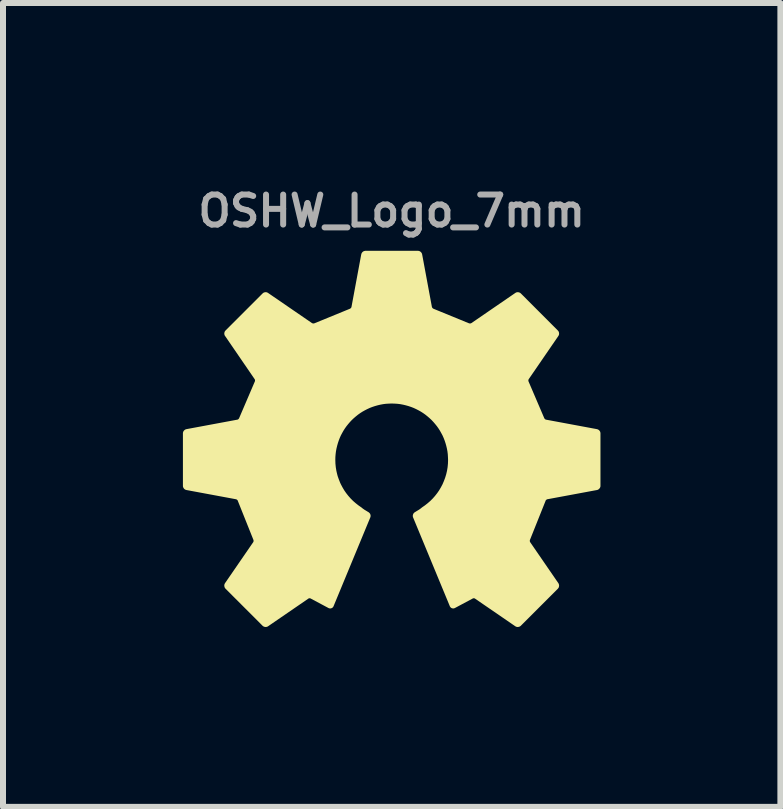
<source format=kicad_pcb>
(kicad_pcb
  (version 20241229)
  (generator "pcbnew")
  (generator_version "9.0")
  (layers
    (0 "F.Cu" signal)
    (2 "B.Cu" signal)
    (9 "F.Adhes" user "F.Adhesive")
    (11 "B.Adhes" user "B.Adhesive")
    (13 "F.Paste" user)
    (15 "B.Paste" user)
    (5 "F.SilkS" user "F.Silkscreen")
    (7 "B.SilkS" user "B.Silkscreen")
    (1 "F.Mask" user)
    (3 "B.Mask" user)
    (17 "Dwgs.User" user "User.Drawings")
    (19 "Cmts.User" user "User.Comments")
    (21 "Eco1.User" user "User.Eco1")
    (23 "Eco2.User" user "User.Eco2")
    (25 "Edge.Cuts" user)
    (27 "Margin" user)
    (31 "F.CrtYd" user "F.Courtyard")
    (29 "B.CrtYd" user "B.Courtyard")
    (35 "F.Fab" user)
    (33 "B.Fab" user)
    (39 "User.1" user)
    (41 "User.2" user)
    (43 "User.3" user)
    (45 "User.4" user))
  (footprint "OSHW_Logo_7mm"
    (layer "F.Cu")
    (at 3.481 4.568)
    (property "Reference" "OSHW_Logo_7mm" (at 0 -4.1 0) (layer "F.Fab") (effects (font (size 0.5 0.5) (thickness 0.1))))
    (attr board_only exclude_from_pos_files exclude_from_bom)
    (fp_poly (pts (xy 0.439 -3.41) (xy 0.441 -3.41) (xy 0.443 -3.41) (xy 0.445 -3.409) (xy 0.446 -3.409) (xy 0.448 -3.408) (xy 0.45 -3.408) (xy 0.452 -3.407) (xy 0.454 -3.406) (xy 0.456 -3.406) (xy 0.458 -3.405) (xy 0.459 -3.404) (xy 0.461 -3.403) (xy 0.463 -3.402) (xy 0.464 -3.4) (xy 0.466 -3.399) (xy 0.467 -3.398) (xy 0.469 -3.396) (xy 0.47 -3.395) (xy 0.472 -3.394) (xy 0.473 -3.392) (xy 0.474 -3.39) (xy 0.475 -3.389) (xy 0.476 -3.387) (xy 0.477 -3.385) (xy 0.478 -3.384) (xy 0.479 -3.382) (xy 0.48 -3.38) (xy 0.48 -3.378) (xy 0.481 -3.376) (xy 0.482 -3.374) (xy 0.482 -3.373) (xy 0.645 -2.495) (xy 0.646 -2.493) (xy 0.646 -2.491) (xy 0.648 -2.487) (xy 0.649 -2.483) (xy 0.651 -2.479) (xy 0.653 -2.476) (xy 0.656 -2.472) (xy 0.658 -2.468) (xy 0.661 -2.465) (xy 0.664 -2.462) (xy 0.667 -2.458) (xy 0.671 -2.456) (xy 0.674 -2.453) (xy 0.678 -2.451) (xy 0.681 -2.448) (xy 0.683 -2.448) (xy 0.685 -2.447) (xy 0.687 -2.446) (xy 0.689 -2.445) (xy 1.277 -2.204) (xy 1.281 -2.203) (xy 1.284 -2.202) (xy 1.289 -2.2) (xy 1.293 -2.2) (xy 1.297 -2.199) (xy 1.301 -2.199) (xy 1.306 -2.199) (xy 1.31 -2.199) (xy 1.315 -2.199) (xy 1.319 -2.2) (xy 1.324 -2.201) (xy 1.328 -2.202) (xy 1.332 -2.204) (xy 1.336 -2.205) (xy 1.339 -2.207) (xy 1.343 -2.209) (xy 2.076 -2.712) (xy 2.078 -2.713) (xy 2.079 -2.714) (xy 2.081 -2.715) (xy 2.083 -2.716) (xy 2.085 -2.717) (xy 2.087 -2.718) (xy 2.089 -2.718) (xy 2.09 -2.719) (xy 2.092 -2.719) (xy 2.094 -2.719) (xy 2.098 -2.72) (xy 2.102 -2.72) (xy 2.106 -2.72) (xy 2.11 -2.719) (xy 2.114 -2.718) (xy 2.118 -2.717) (xy 2.12 -2.717) (xy 2.122 -2.716) (xy 2.123 -2.715) (xy 2.125 -2.714) (xy 2.127 -2.713) (xy 2.129 -2.712) (xy 2.13 -2.711) (xy 2.132 -2.71) (xy 2.133 -2.708) (xy 2.135 -2.707) (xy 2.752 -2.089) (xy 2.753 -2.088) (xy 2.755 -2.087) (xy 2.756 -2.085) (xy 2.757 -2.083) (xy 2.758 -2.082) (xy 2.759 -2.08) (xy 2.761 -2.076) (xy 2.762 -2.073) (xy 2.764 -2.069) (xy 2.764 -2.065) (xy 2.765 -2.061) (xy 2.765 -2.057) (xy 2.765 -2.053) (xy 2.765 -2.049) (xy 2.764 -2.045) (xy 2.763 -2.041) (xy 2.762 -2.04) (xy 2.761 -2.038) (xy 2.76 -2.036) (xy 2.76 -2.034) (xy 2.759 -2.032) (xy 2.758 -2.031) (xy 2.263 -1.31) (xy 2.261 -1.307) (xy 2.259 -1.303) (xy 2.258 -1.299) (xy 2.256 -1.295) (xy 2.255 -1.291) (xy 2.254 -1.287) (xy 2.253 -1.282) (xy 2.253 -1.278) (xy 2.253 -1.274) (xy 2.253 -1.269) (xy 2.253 -1.265) (xy 2.254 -1.26) (xy 2.255 -1.256) (xy 2.256 -1.252) (xy 2.257 -1.248) (xy 2.259 -1.245) (xy 2.519 -0.638) (xy 2.521 -0.634) (xy 2.522 -0.63) (xy 2.525 -0.627) (xy 2.527 -0.623) (xy 2.53 -0.62) (xy 2.533 -0.616) (xy 2.536 -0.613) (xy 2.539 -0.61) (xy 2.543 -0.607) (xy 2.546 -0.605) (xy 2.55 -0.602) (xy 2.554 -0.6) (xy 2.558 -0.598) (xy 2.562 -0.597) (xy 2.565 -0.596) (xy 2.569 -0.595) (xy 3.418 -0.437) (xy 3.418 -0.437) (xy 3.42 -0.436) (xy 3.422 -0.436) (xy 3.424 -0.435) (xy 3.425 -0.435) (xy 3.427 -0.434) (xy 3.429 -0.433) (xy 3.431 -0.432) (xy 3.432 -0.431) (xy 3.436 -0.429) (xy 3.439 -0.426) (xy 3.442 -0.424) (xy 3.444 -0.421) (xy 3.447 -0.417) (xy 3.449 -0.414) (xy 3.451 -0.411) (xy 3.452 -0.409) (xy 3.452 -0.407) (xy 3.453 -0.405) (xy 3.454 -0.403) (xy 3.454 -0.401) (xy 3.455 -0.399) (xy 3.455 -0.397) (xy 3.455 -0.395) (xy 3.455 -0.393) (xy 3.455 -0.392) (xy 3.455 0.482) (xy 3.455 0.484) (xy 3.455 0.486) (xy 3.455 0.488) (xy 3.455 0.49) (xy 3.454 0.492) (xy 3.454 0.493) (xy 3.453 0.495) (xy 3.452 0.497) (xy 3.452 0.499) (xy 3.451 0.501) (xy 3.45 0.503) (xy 3.449 0.504) (xy 3.448 0.506) (xy 3.447 0.508) (xy 3.445 0.509) (xy 3.444 0.511) (xy 3.443 0.512) (xy 3.442 0.514) (xy 3.44 0.515) (xy 3.439 0.517) (xy 3.437 0.518) (xy 3.436 0.519) (xy 3.434 0.52) (xy 3.432 0.521) (xy 3.431 0.522) (xy 3.429 0.523) (xy 3.427 0.524) (xy 3.425 0.525) (xy 3.423 0.526) (xy 3.421 0.526) (xy 3.42 0.527) (xy 3.418 0.527) (xy 2.59 0.681) (xy 2.588 0.682) (xy 2.586 0.682) (xy 2.584 0.683) (xy 2.582 0.683) (xy 2.578 0.685) (xy 2.574 0.687) (xy 2.571 0.689) (xy 2.567 0.691) (xy 2.563 0.694) (xy 2.56 0.697) (xy 2.557 0.7) (xy 2.554 0.703) (xy 2.551 0.706) (xy 2.548 0.71) (xy 2.546 0.713) (xy 2.544 0.717) (xy 2.542 0.721) (xy 2.542 0.723) (xy 2.541 0.725) (xy 2.283 1.37) (xy 2.281 1.374) (xy 2.28 1.378) (xy 2.279 1.382) (xy 2.278 1.386) (xy 2.277 1.39) (xy 2.277 1.395) (xy 2.277 1.399) (xy 2.277 1.404) (xy 2.277 1.408) (xy 2.278 1.413) (xy 2.279 1.417) (xy 2.28 1.421) (xy 2.282 1.425) (xy 2.283 1.429) (xy 2.285 1.433) (xy 2.287 1.436) (xy 2.758 2.121) (xy 2.759 2.123) (xy 2.76 2.124) (xy 2.761 2.126) (xy 2.761 2.128) (xy 2.762 2.13) (xy 2.763 2.132) (xy 2.763 2.134) (xy 2.764 2.135) (xy 2.764 2.137) (xy 2.765 2.139) (xy 2.765 2.143) (xy 2.765 2.147) (xy 2.765 2.151) (xy 2.764 2.155) (xy 2.764 2.159) (xy 2.762 2.163) (xy 2.762 2.165) (xy 2.761 2.167) (xy 2.76 2.169) (xy 2.759 2.17) (xy 2.758 2.172) (xy 2.757 2.174) (xy 2.756 2.175) (xy 2.755 2.177) (xy 2.753 2.178) (xy 2.752 2.18) (xy 2.135 2.797) (xy 2.133 2.799) (xy 2.132 2.8) (xy 2.13 2.801) (xy 2.128 2.802) (xy 2.127 2.803) (xy 2.125 2.804) (xy 2.122 2.806) (xy 2.118 2.807) (xy 2.114 2.809) (xy 2.11 2.809) (xy 2.106 2.81) (xy 2.102 2.81) (xy 2.098 2.81) (xy 2.094 2.81) (xy 2.09 2.809) (xy 2.087 2.808) (xy 2.085 2.807) (xy 2.083 2.806) (xy 2.081 2.806) (xy 2.079 2.805) (xy 2.078 2.804) (xy 2.076 2.803) (xy 1.403 2.341) (xy 1.4 2.339) (xy 1.396 2.337) (xy 1.392 2.335) (xy 1.388 2.334) (xy 1.384 2.333) (xy 1.38 2.332) (xy 1.375 2.332) (xy 1.371 2.331) (xy 1.367 2.331) (xy 1.362 2.331) (xy 1.358 2.332) (xy 1.354 2.333) (xy 1.35 2.334) (xy 1.346 2.335) (xy 1.342 2.337) (xy 1.338 2.339) (xy 1.042 2.497) (xy 1.04 2.498) (xy 1.038 2.499) (xy 1.036 2.499) (xy 1.034 2.5) (xy 1.033 2.5) (xy 1.031 2.501) (xy 1.029 2.501) (xy 1.027 2.501) (xy 1.025 2.501) (xy 1.024 2.501) (xy 1.022 2.501) (xy 1.02 2.501) (xy 1.018 2.5) (xy 1.017 2.5) (xy 1.015 2.499) (xy 1.013 2.499) (xy 1.012 2.498) (xy 1.01 2.498) (xy 1.008 2.497) (xy 1.007 2.496) (xy 1.005 2.495) (xy 1.004 2.494) (xy 1.003 2.493) (xy 1.001 2.491) (xy 1 2.49) (xy 0.999 2.489) (xy 0.998 2.487) (xy 0.996 2.486) (xy 0.995 2.484) (xy 0.995 2.483) (xy 0.994 2.481) (xy 0.993 2.479) (xy 0.381 1) (xy 0.38 0.999) (xy 0.38 0.997) (xy 0.379 0.995) (xy 0.379 0.993) (xy 0.378 0.991) (xy 0.378 0.989) (xy 0.378 0.987) (xy 0.378 0.985) (xy 0.378 0.983) (xy 0.378 0.981) (xy 0.378 0.979) (xy 0.378 0.977) (xy 0.379 0.975) (xy 0.379 0.973) (xy 0.38 0.971) (xy 0.38 0.97) (xy 0.381 0.968) (xy 0.382 0.966) (xy 0.382 0.964) (xy 0.383 0.962) (xy 0.384 0.961) (xy 0.385 0.959) (xy 0.386 0.957) (xy 0.387 0.956) (xy 0.389 0.954) (xy 0.39 0.953) (xy 0.391 0.951) (xy 0.393 0.95) (xy 0.394 0.949) (xy 0.396 0.947) (xy 0.397 0.946) (xy 0.399 0.945) (xy 0.473 0.9) (xy 0.479 0.896) (xy 0.484 0.892) (xy 0.49 0.888) (xy 0.496 0.883) (xy 0.502 0.879) (xy 0.509 0.874) (xy 0.514 0.869) (xy 0.52 0.864) (xy 0.569 0.83) (xy 0.616 0.793) (xy 0.661 0.754) (xy 0.703 0.712) (xy 0.742 0.668) (xy 0.779 0.621) (xy 0.813 0.572) (xy 0.843 0.521) (xy 0.871 0.468) (xy 0.895 0.412) (xy 0.916 0.356) (xy 0.934 0.297) (xy 0.948 0.237) (xy 0.958 0.176) (xy 0.964 0.114) (xy 0.966 0.05) (xy 0.964 0.000402) (xy 0.961 -0.049) (xy 0.955 -0.097) (xy 0.946 -0.145) (xy 0.935 -0.191) (xy 0.922 -0.237) (xy 0.907 -0.282) (xy 0.89 -0.326) (xy 0.871 -0.369) (xy 0.849 -0.41) (xy 0.826 -0.451) (xy 0.801 -0.49) (xy 0.774 -0.528) (xy 0.745 -0.564) (xy 0.715 -0.599) (xy 0.683 -0.633) (xy 0.649 -0.665) (xy 0.614 -0.695) (xy 0.578 -0.724) (xy 0.54 -0.751) (xy 0.501 -0.776) (xy 0.46 -0.799) (xy 0.419 -0.82) (xy 0.376 -0.84) (xy 0.332 -0.857) (xy 0.287 -0.872) (xy 0.241 -0.885) (xy 0.195 -0.896) (xy 0.147 -0.905) (xy 0.099 -0.911) (xy 0.05 -0.914) (xy 0.000001 -0.916) (xy -0.05 -0.914) (xy -0.099 -0.911) (xy -0.147 -0.905) (xy -0.195 -0.896) (xy -0.241 -0.885) (xy -0.287 -0.872) (xy -0.332 -0.857) (xy -0.376 -0.84) (xy -0.419 -0.82) (xy -0.46 -0.799) (xy -0.501 -0.776) (xy -0.54 -0.751) (xy -0.578 -0.724) (xy -0.614 -0.695) (xy -0.649 -0.665) (xy -0.683 -0.633) (xy -0.715 -0.599) (xy -0.745 -0.564) (xy -0.774 -0.528) (xy -0.801 -0.49) (xy -0.826 -0.451) (xy -0.849 -0.41) (xy -0.871 -0.369) (xy -0.89 -0.326) (xy -0.907 -0.282) (xy -0.922 -0.237) (xy -0.935 -0.191) (xy -0.946 -0.145) (xy -0.955 -0.097) (xy -0.961 -0.049) (xy -0.965 0.000402) (xy -0.966 0.05) (xy -0.965 0.082) (xy -0.964 0.114) (xy -0.961 0.145) (xy -0.958 0.176) (xy -0.953 0.207) (xy -0.948 0.237) (xy -0.941 0.268) (xy -0.934 0.297) (xy -0.926 0.327) (xy -0.916 0.356) (xy -0.906 0.384) (xy -0.895 0.412) (xy -0.884 0.44) (xy -0.871 0.468) (xy -0.843 0.521) (xy -0.813 0.572) (xy -0.779 0.621) (xy -0.742 0.668) (xy -0.703 0.712) (xy -0.661 0.754) (xy -0.616 0.793) (xy -0.569 0.83) (xy -0.52 0.864) (xy -0.514 0.869) (xy -0.509 0.874) (xy -0.502 0.879) (xy -0.496 0.883) (xy -0.49 0.888) (xy -0.484 0.892) (xy -0.478 0.896) (xy -0.473 0.9) (xy -0.399 0.945) (xy -0.397 0.946) (xy -0.396 0.947) (xy -0.394 0.949) (xy -0.393 0.95) (xy -0.391 0.951) (xy -0.39 0.953) (xy -0.387 0.956) (xy -0.385 0.959) (xy -0.383 0.962) (xy -0.381 0.966) (xy -0.38 0.97) (xy -0.379 0.973) (xy -0.378 0.977) (xy -0.378 0.981) (xy -0.378 0.985) (xy -0.378 0.989) (xy -0.378 0.991) (xy -0.379 0.993) (xy -0.379 0.995) (xy -0.38 0.997) (xy -0.38 0.999) (xy -0.381 1) (xy -0.993 2.479) (xy -0.994 2.481) (xy -0.995 2.483) (xy -0.995 2.484) (xy -0.996 2.486) (xy -0.998 2.487) (xy -0.999 2.489) (xy -1 2.49) (xy -1.001 2.491) (xy -1.003 2.493) (xy -1.004 2.494) (xy -1.005 2.495) (xy -1.007 2.496) (xy -1.008 2.497) (xy -1.01 2.497) (xy -1.012 2.498) (xy -1.013 2.499) (xy -1.015 2.499) (xy -1.017 2.5) (xy -1.018 2.5) (xy -1.02 2.501) (xy -1.022 2.501) (xy -1.024 2.501) (xy -1.025 2.501) (xy -1.027 2.501) (xy -1.029 2.501) (xy -1.031 2.501) (xy -1.033 2.5) (xy -1.034 2.5) (xy -1.036 2.499) (xy -1.038 2.499) (xy -1.04 2.498) (xy -1.042 2.497) (xy -1.338 2.339) (xy -1.342 2.337) (xy -1.346 2.335) (xy -1.35 2.334) (xy -1.354 2.333) (xy -1.358 2.332) (xy -1.362 2.331) (xy -1.367 2.331) (xy -1.371 2.331) (xy -1.375 2.331) (xy -1.38 2.332) (xy -1.384 2.333) (xy -1.388 2.334) (xy -1.392 2.335) (xy -1.396 2.337) (xy -1.4 2.339) (xy -1.403 2.341) (xy -2.076 2.803) (xy -2.078 2.804) (xy -2.079 2.805) (xy -2.081 2.806) (xy -2.083 2.806) (xy -2.085 2.807) (xy -2.086 2.808) (xy -2.088 2.808) (xy -2.09 2.809) (xy -2.092 2.809) (xy -2.094 2.81) (xy -2.098 2.81) (xy -2.102 2.81) (xy -2.106 2.81) (xy -2.11 2.809) (xy -2.114 2.809) (xy -2.118 2.807) (xy -2.12 2.807) (xy -2.122 2.806) (xy -2.123 2.805) (xy -2.125 2.804) (xy -2.127 2.803) (xy -2.128 2.802) (xy -2.13 2.801) (xy -2.132 2.8) (xy -2.133 2.799) (xy -2.135 2.797) (xy -2.752 2.18) (xy -2.753 2.178) (xy -2.755 2.177) (xy -2.756 2.175) (xy -2.757 2.174) (xy -2.758 2.172) (xy -2.759 2.17) (xy -2.761 2.167) (xy -2.762 2.163) (xy -2.763 2.159) (xy -2.764 2.155) (xy -2.765 2.151) (xy -2.765 2.147) (xy -2.765 2.143) (xy -2.765 2.139) (xy -2.764 2.135) (xy -2.763 2.132) (xy -2.762 2.13) (xy -2.761 2.128) (xy -2.761 2.126) (xy -2.76 2.124) (xy -2.759 2.123) (xy -2.758 2.121) (xy -2.287 1.436) (xy -2.285 1.433) (xy -2.283 1.429) (xy -2.282 1.425) (xy -2.28 1.421) (xy -2.279 1.417) (xy -2.278 1.412) (xy -2.277 1.408) (xy -2.277 1.404) (xy -2.277 1.399) (xy -2.277 1.395) (xy -2.277 1.39) (xy -2.278 1.386) (xy -2.279 1.382) (xy -2.28 1.378) (xy -2.281 1.374) (xy -2.283 1.37) (xy -2.541 0.725) (xy -2.542 0.723) (xy -2.542 0.721) (xy -2.544 0.717) (xy -2.546 0.713) (xy -2.548 0.71) (xy -2.551 0.706) (xy -2.554 0.703) (xy -2.557 0.7) (xy -2.56 0.697) (xy -2.563 0.694) (xy -2.567 0.691) (xy -2.571 0.689) (xy -2.575 0.687) (xy -2.578 0.685) (xy -2.582 0.683) (xy -2.586 0.682) (xy -2.588 0.681) (xy -2.59 0.681) (xy -3.418 0.527) (xy -3.42 0.527) (xy -3.422 0.526) (xy -3.423 0.526) (xy -3.425 0.525) (xy -3.427 0.524) (xy -3.429 0.523) (xy -3.431 0.522) (xy -3.432 0.521) (xy -3.434 0.52) (xy -3.436 0.519) (xy -3.439 0.517) (xy -3.442 0.514) (xy -3.444 0.511) (xy -3.447 0.508) (xy -3.449 0.504) (xy -3.451 0.501) (xy -3.452 0.497) (xy -3.453 0.495) (xy -3.454 0.493) (xy -3.454 0.491) (xy -3.455 0.49) (xy -3.455 0.488) (xy -3.455 0.486) (xy -3.455 0.484) (xy -3.455 0.482) (xy -3.455 -0.392) (xy -3.455 -0.394) (xy -3.455 -0.396) (xy -3.455 -0.397) (xy -3.455 -0.399) (xy -3.454 -0.401) (xy -3.454 -0.403) (xy -3.453 -0.405) (xy -3.452 -0.407) (xy -3.452 -0.409) (xy -3.451 -0.411) (xy -3.45 -0.412) (xy -3.449 -0.414) (xy -3.448 -0.416) (xy -3.447 -0.417) (xy -3.446 -0.419) (xy -3.444 -0.421) (xy -3.443 -0.422) (xy -3.442 -0.424) (xy -3.44 -0.425) (xy -3.439 -0.426) (xy -3.437 -0.428) (xy -3.436 -0.429) (xy -3.434 -0.43) (xy -3.432 -0.431) (xy -3.431 -0.432) (xy -3.429 -0.433) (xy -3.427 -0.434) (xy -3.425 -0.435) (xy -3.423 -0.435) (xy -3.422 -0.436) (xy -3.42 -0.436) (xy -3.418 -0.437) (xy -2.569 -0.595) (xy -2.567 -0.595) (xy -2.565 -0.596) (xy -2.561 -0.597) (xy -2.558 -0.598) (xy -2.554 -0.6) (xy -2.55 -0.602) (xy -2.546 -0.605) (xy -2.542 -0.607) (xy -2.539 -0.61) (xy -2.536 -0.613) (xy -2.533 -0.616) (xy -2.53 -0.62) (xy -2.527 -0.623) (xy -2.524 -0.627) (xy -2.522 -0.63) (xy -2.521 -0.634) (xy -2.52 -0.636) (xy -2.519 -0.638) (xy -2.259 -1.245) (xy -2.257 -1.248) (xy -2.256 -1.252) (xy -2.255 -1.256) (xy -2.254 -1.26) (xy -2.253 -1.265) (xy -2.253 -1.269) (xy -2.253 -1.274) (xy -2.253 -1.278) (xy -2.253 -1.282) (xy -2.254 -1.287) (xy -2.255 -1.291) (xy -2.256 -1.295) (xy -2.257 -1.299) (xy -2.259 -1.303) (xy -2.261 -1.307) (xy -2.263 -1.31) (xy -2.757 -2.031) (xy -2.759 -2.032) (xy -2.76 -2.034) (xy -2.76 -2.036) (xy -2.761 -2.038) (xy -2.762 -2.04) (xy -2.763 -2.041) (xy -2.763 -2.043) (xy -2.764 -2.045) (xy -2.764 -2.047) (xy -2.764 -2.049) (xy -2.765 -2.053) (xy -2.765 -2.057) (xy -2.765 -2.061) (xy -2.764 -2.065) (xy -2.763 -2.069) (xy -2.762 -2.073) (xy -2.762 -2.075) (xy -2.761 -2.076) (xy -2.76 -2.078) (xy -2.759 -2.08) (xy -2.758 -2.082) (xy -2.757 -2.083) (xy -2.756 -2.085) (xy -2.755 -2.087) (xy -2.753 -2.088) (xy -2.752 -2.089) (xy -2.134 -2.707) (xy -2.133 -2.708) (xy -2.132 -2.71) (xy -2.13 -2.711) (xy -2.128 -2.712) (xy -2.127 -2.713) (xy -2.125 -2.714) (xy -2.121 -2.716) (xy -2.118 -2.717) (xy -2.114 -2.718) (xy -2.11 -2.719) (xy -2.106 -2.72) (xy -2.102 -2.72) (xy -2.098 -2.72) (xy -2.094 -2.719) (xy -2.09 -2.719) (xy -2.086 -2.718) (xy -2.085 -2.717) (xy -2.083 -2.716) (xy -2.081 -2.715) (xy -2.079 -2.714) (xy -2.078 -2.713) (xy -2.076 -2.712) (xy -1.343 -2.209) (xy -1.339 -2.207) (xy -1.336 -2.205) (xy -1.332 -2.204) (xy -1.328 -2.202) (xy -1.324 -2.201) (xy -1.319 -2.2) (xy -1.315 -2.199) (xy -1.31 -2.199) (xy -1.306 -2.199) (xy -1.301 -2.199) (xy -1.297 -2.199) (xy -1.293 -2.2) (xy -1.288 -2.2) (xy -1.284 -2.202) (xy -1.28 -2.203) (xy -1.277 -2.204) (xy -0.689 -2.445) (xy -0.685 -2.447) (xy -0.681 -2.448) (xy -0.677 -2.451) (xy -0.674 -2.453) (xy -0.67 -2.456) (xy -0.667 -2.458) (xy -0.664 -2.462) (xy -0.661 -2.465) (xy -0.658 -2.468) (xy -0.655 -2.472) (xy -0.653 -2.476) (xy -0.651 -2.479) (xy -0.649 -2.483) (xy -0.647 -2.487) (xy -0.646 -2.491) (xy -0.645 -2.495) (xy -0.482 -3.373) (xy -0.481 -3.374) (xy -0.481 -3.376) (xy -0.48 -3.378) (xy -0.48 -3.38) (xy -0.479 -3.382) (xy -0.478 -3.384) (xy -0.477 -3.385) (xy -0.476 -3.387) (xy -0.475 -3.389) (xy -0.474 -3.39) (xy -0.471 -3.394) (xy -0.469 -3.396) (xy -0.466 -3.399) (xy -0.463 -3.402) (xy -0.459 -3.404) (xy -0.456 -3.406) (xy -0.454 -3.406) (xy -0.452 -3.407) (xy -0.45 -3.408) (xy -0.448 -3.408) (xy -0.446 -3.409) (xy -0.444 -3.409) (xy -0.442 -3.41) (xy -0.441 -3.41) (xy -0.439 -3.41) (xy -0.437 -3.41) (xy 0.437 -3.41)) (stroke (width 0.052) (type solid)) (fill yes) (layer "F.SilkS")))
  (gr_rect
    (start -3 -3)
    (end 9.962 10.404)
    (stroke (width 0.1) (type default))
    (fill no)
    (layer "Edge.Cuts")))
</source>
